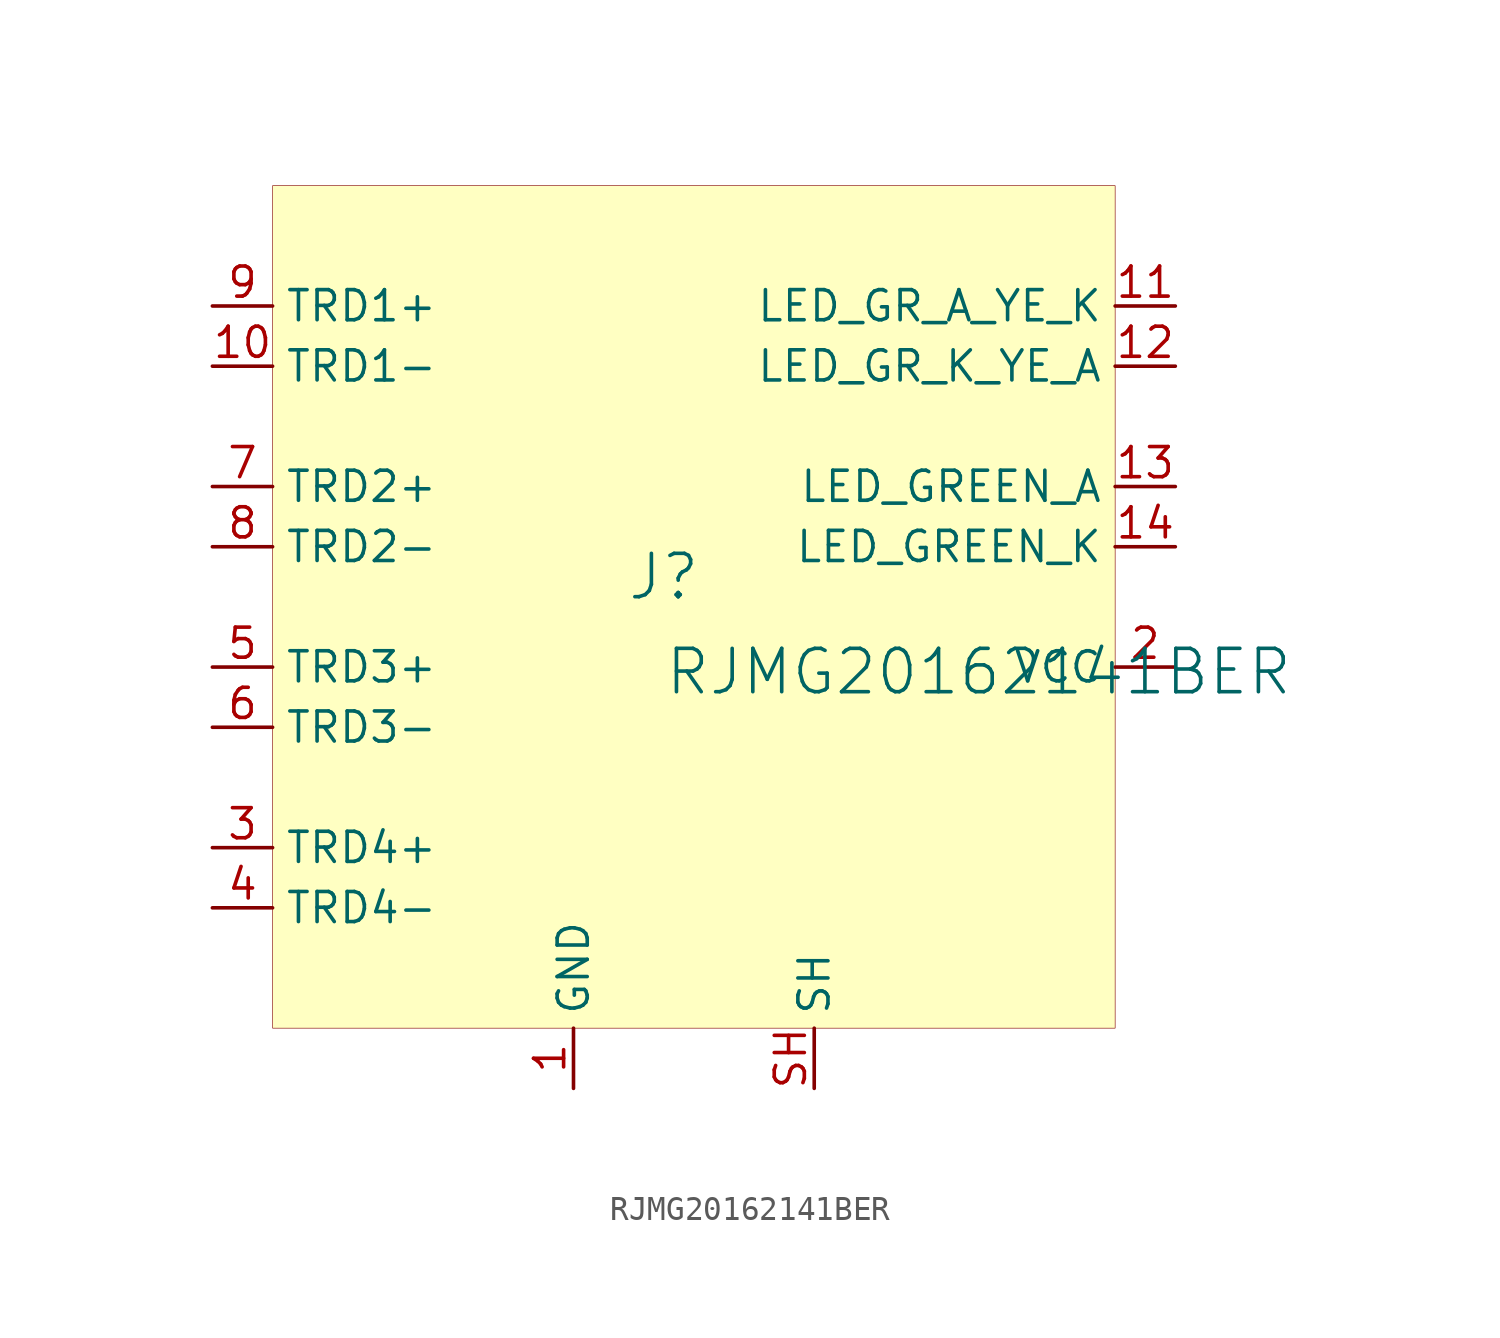
<source format=kicad_sym>
(kicad_symbol_lib
  (version 20231120)
  (generator "kicad_symbol_editor")
  (generator_version "8.0")
  (symbol "RJMG20162141BER"
    (property "Reference" "J"
      (at -1.27 1.27 0)
      (effects (font (size 1.829 1.829))))
    (property "Value" "RJMG20162141BER"
      (at -1.27 -3.81 0)
      (effects (font (size 1.829 1.829)) (justify left bottom)))
    (symbol "RJMG20162141BER_1_0"
      (rectangle (start 17.78 17.78) (end -17.78 -17.78) (stroke (width 0.025) (type solid) (color 128 0 0 1)) (fill (type background)))
      (pin passive line (at -5.08 -20.32 90) (length 2.54) (name "GND" (effects (font (size 1.27 1.27)))) (number "1" (effects (font (size 1.27 1.27)))))
      (pin bidirectional line (at -20.32 10.16 0) (length 2.54) (name "TRD1-" (effects (font (size 1.27 1.27)))) (number "10" (effects (font (size 1.27 1.27)))))
      (pin passive line (at 20.32 12.7 180) (length 2.54) (name "LED_GR_A_YE_K" (effects (font (size 1.27 1.27)))) (number "11" (effects (font (size 1.27 1.27)))))
      (pin passive line (at 20.32 10.16 180) (length 2.54) (name "LED_GR_K_YE_A" (effects (font (size 1.27 1.27)))) (number "12" (effects (font (size 1.27 1.27)))))
      (pin passive line (at 20.32 5.08 180) (length 2.54) (name "LED_GREEN_A" (effects (font (size 1.27 1.27)))) (number "13" (effects (font (size 1.27 1.27)))))
      (pin passive line (at 20.32 2.54 180) (length 2.54) (name "LED_GREEN_K" (effects (font (size 1.27 1.27)))) (number "14" (effects (font (size 1.27 1.27)))))
      (pin passive line (at 20.32 -2.54 180) (length 2.54) (name "VCC" (effects (font (size 1.27 1.27)))) (number "2" (effects (font (size 1.27 1.27)))))
      (pin bidirectional line (at -20.32 -10.16 0) (length 2.54) (name "TRD4+" (effects (font (size 1.27 1.27)))) (number "3" (effects (font (size 1.27 1.27)))))
      (pin bidirectional line (at -20.32 -12.7 0) (length 2.54) (name "TRD4-" (effects (font (size 1.27 1.27)))) (number "4" (effects (font (size 1.27 1.27)))))
      (pin bidirectional line (at -20.32 -2.54 0) (length 2.54) (name "TRD3+" (effects (font (size 1.27 1.27)))) (number "5" (effects (font (size 1.27 1.27)))))
      (pin bidirectional line (at -20.32 -5.08 0) (length 2.54) (name "TRD3-" (effects (font (size 1.27 1.27)))) (number "6" (effects (font (size 1.27 1.27)))))
      (pin bidirectional line (at -20.32 5.08 0) (length 2.54) (name "TRD2+" (effects (font (size 1.27 1.27)))) (number "7" (effects (font (size 1.27 1.27)))))
      (pin bidirectional line (at -20.32 2.54 0) (length 2.54) (name "TRD2-" (effects (font (size 1.27 1.27)))) (number "8" (effects (font (size 1.27 1.27)))))
      (pin bidirectional line (at -20.32 12.7 0) (length 2.54) (name "TRD1+" (effects (font (size 1.27 1.27)))) (number "9" (effects (font (size 1.27 1.27)))))
      (pin passive line (at 5.08 -20.32 90) (length 2.54) (name "SH" (effects (font (size 1.27 1.27)))) (number "SH" (effects (font (size 1.27 1.27))))))))
</source>
